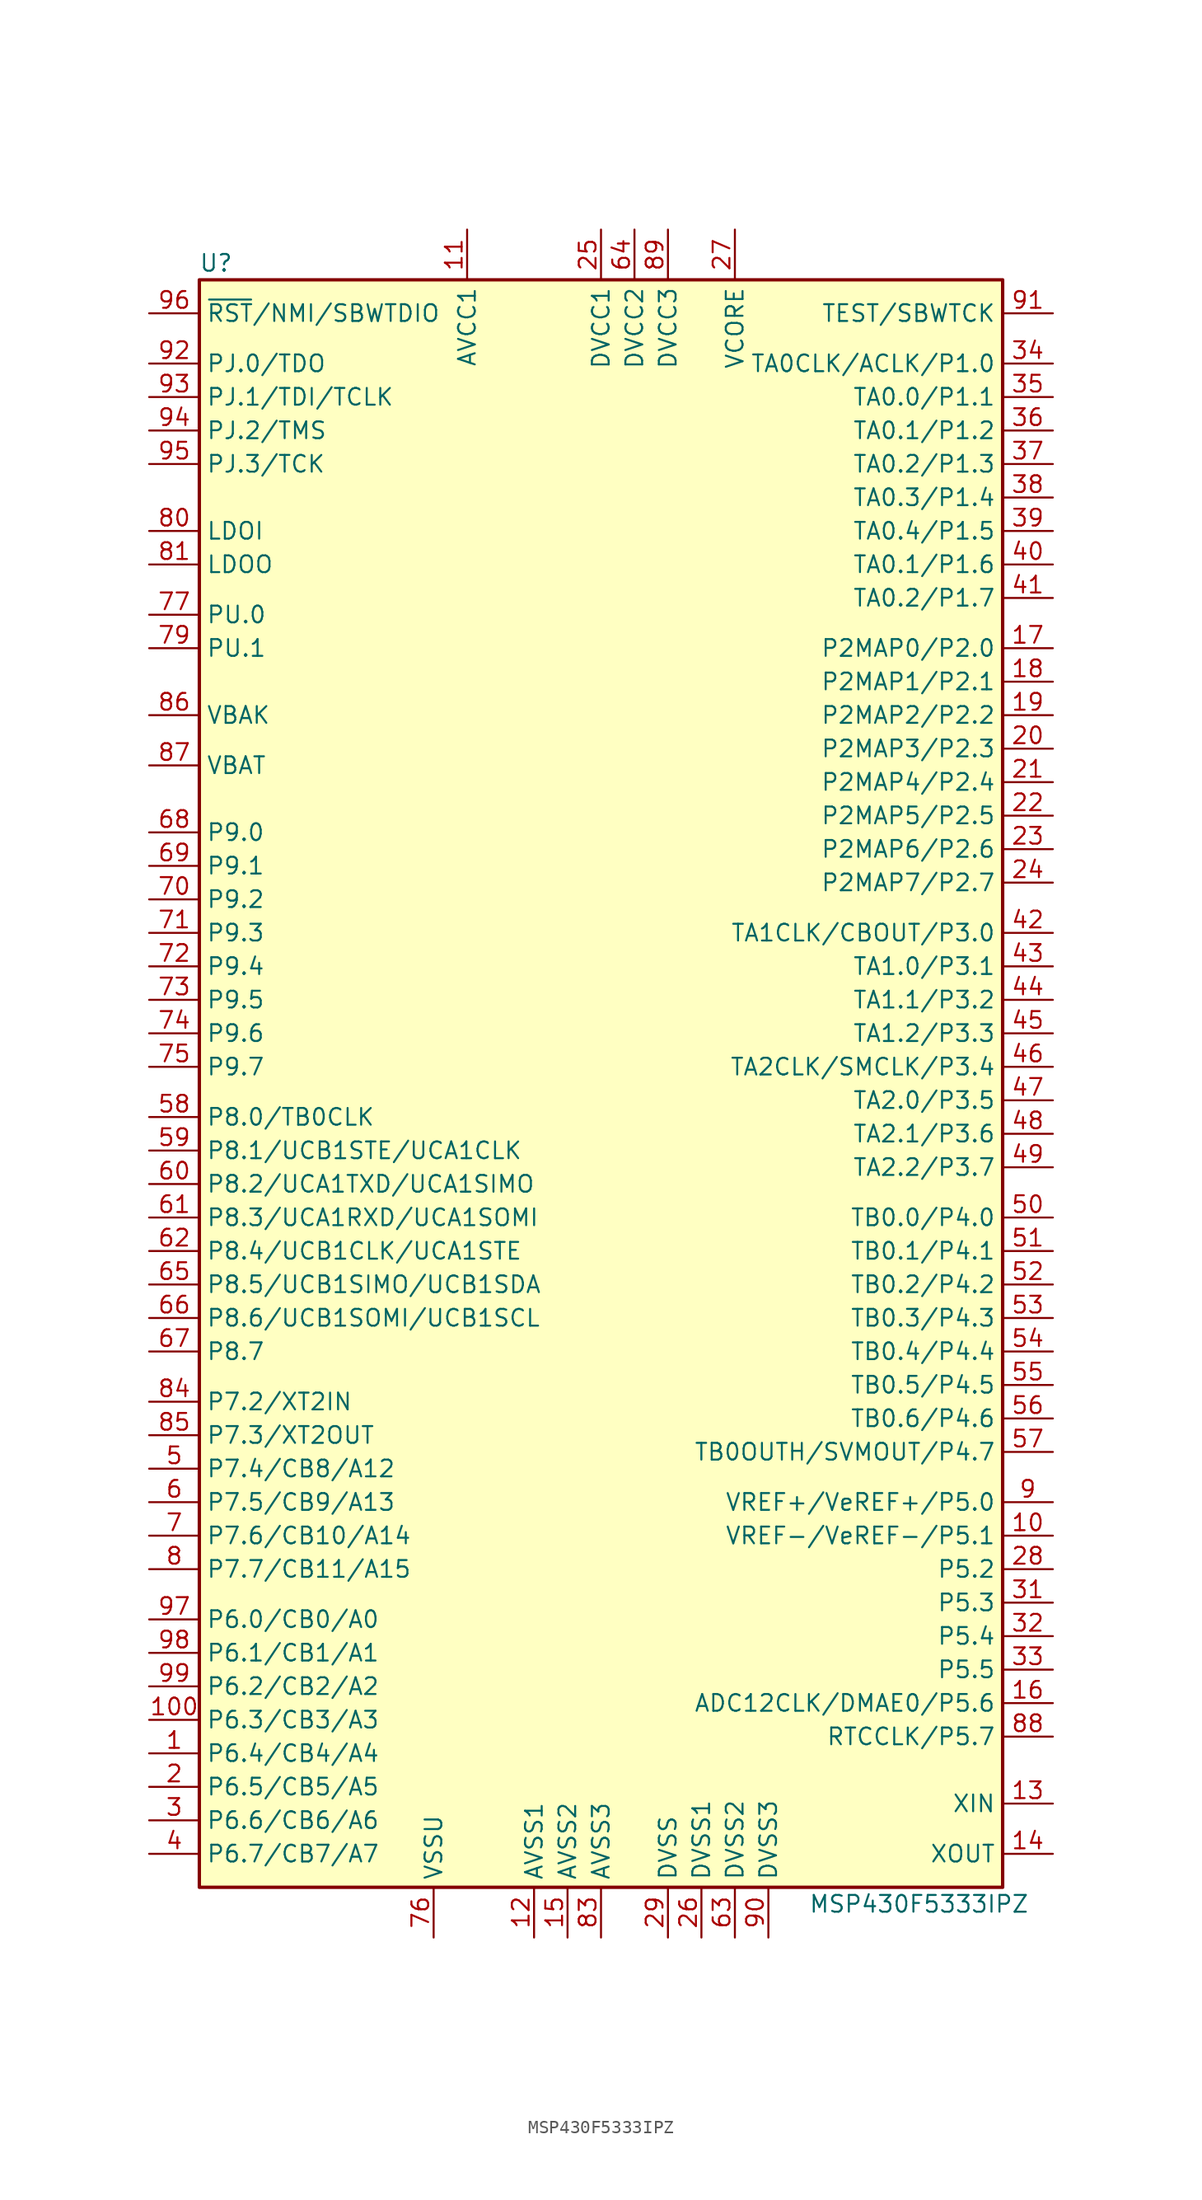
<source format=kicad_sym>
(kicad_symbol_lib
  (version 20201005)
  (generator kicad_symbol_editor)
  (symbol "MCU_Texas_MSP430:MSP430F5333IPZ"
    (property "Reference" "U"
      (at -29.21 60.96 0)
      (effects (font (size 1.27 1.27))))
    (property "Value" "MSP430F5333IPZ"
      (at 24.13 -63.5 0)
      (effects (font (size 1.27 1.27))))
    (symbol "MSP430F5333IPZ_0_1"
      (rectangle (start -30.48 59.69) (end 30.48 -62.23) (stroke (width 0.254)) (fill (type background))))
    (symbol "MSP430F5333IPZ_1_1"
      (pin bidirectional line (at -34.29 -52.07 0) (length 3.81) (name "P6.4/CB4/A4" (effects (font (size 1.27 1.27)))) (number "1" (effects (font (size 1.27 1.27)))))
      (pin bidirectional line (at 34.29 -35.56 180) (length 3.81) (name "VREF-/VeREF-/P5.1" (effects (font (size 1.27 1.27)))) (number "10" (effects (font (size 1.27 1.27)))))
      (pin bidirectional line (at -34.29 -49.53 0) (length 3.81) (name "P6.3/CB3/A3" (effects (font (size 1.27 1.27)))) (number "100" (effects (font (size 1.27 1.27)))))
      (pin power_in line (at -10.16 63.5 270) (length 3.81) (name "AVCC1" (effects (font (size 1.27 1.27)))) (number "11" (effects (font (size 1.27 1.27)))))
      (pin power_in line (at -5.08 -66.04 90) (length 3.81) (name "AVSS1" (effects (font (size 1.27 1.27)))) (number "12" (effects (font (size 1.27 1.27)))))
      (pin bidirectional line (at 34.29 -55.88 180) (length 3.81) (name "XIN" (effects (font (size 1.27 1.27)))) (number "13" (effects (font (size 1.27 1.27)))))
      (pin bidirectional line (at 34.29 -59.69 180) (length 3.81) (name "XOUT" (effects (font (size 1.27 1.27)))) (number "14" (effects (font (size 1.27 1.27)))))
      (pin power_in line (at -2.54 -66.04 90) (length 3.81) (name "AVSS2" (effects (font (size 1.27 1.27)))) (number "15" (effects (font (size 1.27 1.27)))))
      (pin bidirectional line (at 34.29 -48.26 180) (length 3.81) (name "ADC12CLK/DMAE0/P5.6" (effects (font (size 1.27 1.27)))) (number "16" (effects (font (size 1.27 1.27)))))
      (pin bidirectional line (at 34.29 31.75 180) (length 3.81) (name "P2MAP0/P2.0" (effects (font (size 1.27 1.27)))) (number "17" (effects (font (size 1.27 1.27)))))
      (pin bidirectional line (at 34.29 29.21 180) (length 3.81) (name "P2MAP1/P2.1" (effects (font (size 1.27 1.27)))) (number "18" (effects (font (size 1.27 1.27)))))
      (pin bidirectional line (at 34.29 26.67 180) (length 3.81) (name "P2MAP2/P2.2" (effects (font (size 1.27 1.27)))) (number "19" (effects (font (size 1.27 1.27)))))
      (pin bidirectional line (at -34.29 -54.61 0) (length 3.81) (name "P6.5/CB5/A5" (effects (font (size 1.27 1.27)))) (number "2" (effects (font (size 1.27 1.27)))))
      (pin bidirectional line (at 34.29 24.13 180) (length 3.81) (name "P2MAP3/P2.3" (effects (font (size 1.27 1.27)))) (number "20" (effects (font (size 1.27 1.27)))))
      (pin bidirectional line (at 34.29 21.59 180) (length 3.81) (name "P2MAP4/P2.4" (effects (font (size 1.27 1.27)))) (number "21" (effects (font (size 1.27 1.27)))))
      (pin bidirectional line (at 34.29 19.05 180) (length 3.81) (name "P2MAP5/P2.5" (effects (font (size 1.27 1.27)))) (number "22" (effects (font (size 1.27 1.27)))))
      (pin bidirectional line (at 34.29 16.51 180) (length 3.81) (name "P2MAP6/P2.6" (effects (font (size 1.27 1.27)))) (number "23" (effects (font (size 1.27 1.27)))))
      (pin bidirectional line (at 34.29 13.97 180) (length 3.81) (name "P2MAP7/P2.7" (effects (font (size 1.27 1.27)))) (number "24" (effects (font (size 1.27 1.27)))))
      (pin power_in line (at 0 63.5 270) (length 3.81) (name "DVCC1" (effects (font (size 1.27 1.27)))) (number "25" (effects (font (size 1.27 1.27)))))
      (pin power_in line (at 7.62 -66.04 90) (length 3.81) (name "DVSS1" (effects (font (size 1.27 1.27)))) (number "26" (effects (font (size 1.27 1.27)))))
      (pin bidirectional line (at 10.16 63.5 270) (length 3.81) (name "VCORE" (effects (font (size 1.27 1.27)))) (number "27" (effects (font (size 1.27 1.27)))))
      (pin bidirectional line (at 34.29 -38.1 180) (length 3.81) (name "P5.2" (effects (font (size 1.27 1.27)))) (number "28" (effects (font (size 1.27 1.27)))))
      (pin power_in line (at 5.08 -66.04 90) (length 3.81) (name "DVSS" (effects (font (size 1.27 1.27)))) (number "29" (effects (font (size 1.27 1.27)))))
      (pin bidirectional line (at -34.29 -57.15 0) (length 3.81) (name "P6.6/CB6/A6" (effects (font (size 1.27 1.27)))) (number "3" (effects (font (size 1.27 1.27)))))
      (pin bidirectional line (at 34.29 -40.64 180) (length 3.81) (name "P5.3" (effects (font (size 1.27 1.27)))) (number "31" (effects (font (size 1.27 1.27)))))
      (pin bidirectional line (at 34.29 -43.18 180) (length 3.81) (name "P5.4" (effects (font (size 1.27 1.27)))) (number "32" (effects (font (size 1.27 1.27)))))
      (pin bidirectional line (at 34.29 -45.72 180) (length 3.81) (name "P5.5" (effects (font (size 1.27 1.27)))) (number "33" (effects (font (size 1.27 1.27)))))
      (pin bidirectional line (at 34.29 53.34 180) (length 3.81) (name "TA0CLK/ACLK/P1.0" (effects (font (size 1.27 1.27)))) (number "34" (effects (font (size 1.27 1.27)))))
      (pin bidirectional line (at 34.29 50.8 180) (length 3.81) (name "TA0.0/P1.1" (effects (font (size 1.27 1.27)))) (number "35" (effects (font (size 1.27 1.27)))))
      (pin bidirectional line (at 34.29 48.26 180) (length 3.81) (name "TA0.1/P1.2" (effects (font (size 1.27 1.27)))) (number "36" (effects (font (size 1.27 1.27)))))
      (pin bidirectional line (at 34.29 45.72 180) (length 3.81) (name "TA0.2/P1.3" (effects (font (size 1.27 1.27)))) (number "37" (effects (font (size 1.27 1.27)))))
      (pin bidirectional line (at 34.29 43.18 180) (length 3.81) (name "TA0.3/P1.4" (effects (font (size 1.27 1.27)))) (number "38" (effects (font (size 1.27 1.27)))))
      (pin bidirectional line (at 34.29 40.64 180) (length 3.81) (name "TA0.4/P1.5" (effects (font (size 1.27 1.27)))) (number "39" (effects (font (size 1.27 1.27)))))
      (pin bidirectional line (at -34.29 -59.69 0) (length 3.81) (name "P6.7/CB7/A7" (effects (font (size 1.27 1.27)))) (number "4" (effects (font (size 1.27 1.27)))))
      (pin bidirectional line (at 34.29 38.1 180) (length 3.81) (name "TA0.1/P1.6" (effects (font (size 1.27 1.27)))) (number "40" (effects (font (size 1.27 1.27)))))
      (pin bidirectional line (at 34.29 35.56 180) (length 3.81) (name "TA0.2/P1.7" (effects (font (size 1.27 1.27)))) (number "41" (effects (font (size 1.27 1.27)))))
      (pin bidirectional line (at 34.29 10.16 180) (length 3.81) (name "TA1CLK/CBOUT/P3.0" (effects (font (size 1.27 1.27)))) (number "42" (effects (font (size 1.27 1.27)))))
      (pin bidirectional line (at 34.29 7.62 180) (length 3.81) (name "TA1.0/P3.1" (effects (font (size 1.27 1.27)))) (number "43" (effects (font (size 1.27 1.27)))))
      (pin bidirectional line (at 34.29 5.08 180) (length 3.81) (name "TA1.1/P3.2" (effects (font (size 1.27 1.27)))) (number "44" (effects (font (size 1.27 1.27)))))
      (pin bidirectional line (at 34.29 2.54 180) (length 3.81) (name "TA1.2/P3.3" (effects (font (size 1.27 1.27)))) (number "45" (effects (font (size 1.27 1.27)))))
      (pin bidirectional line (at 34.29 0 180) (length 3.81) (name "TA2CLK/SMCLK/P3.4" (effects (font (size 1.27 1.27)))) (number "46" (effects (font (size 1.27 1.27)))))
      (pin bidirectional line (at 34.29 -2.54 180) (length 3.81) (name "TA2.0/P3.5" (effects (font (size 1.27 1.27)))) (number "47" (effects (font (size 1.27 1.27)))))
      (pin bidirectional line (at 34.29 -5.08 180) (length 3.81) (name "TA2.1/P3.6" (effects (font (size 1.27 1.27)))) (number "48" (effects (font (size 1.27 1.27)))))
      (pin bidirectional line (at 34.29 -7.62 180) (length 3.81) (name "TA2.2/P3.7" (effects (font (size 1.27 1.27)))) (number "49" (effects (font (size 1.27 1.27)))))
      (pin bidirectional line (at -34.29 -30.48 0) (length 3.81) (name "P7.4/CB8/A12" (effects (font (size 1.27 1.27)))) (number "5" (effects (font (size 1.27 1.27)))))
      (pin bidirectional line (at 34.29 -11.43 180) (length 3.81) (name "TB0.0/P4.0" (effects (font (size 1.27 1.27)))) (number "50" (effects (font (size 1.27 1.27)))))
      (pin bidirectional line (at 34.29 -13.97 180) (length 3.81) (name "TB0.1/P4.1" (effects (font (size 1.27 1.27)))) (number "51" (effects (font (size 1.27 1.27)))))
      (pin bidirectional line (at 34.29 -16.51 180) (length 3.81) (name "TB0.2/P4.2" (effects (font (size 1.27 1.27)))) (number "52" (effects (font (size 1.27 1.27)))))
      (pin bidirectional line (at 34.29 -19.05 180) (length 3.81) (name "TB0.3/P4.3" (effects (font (size 1.27 1.27)))) (number "53" (effects (font (size 1.27 1.27)))))
      (pin bidirectional line (at 34.29 -21.59 180) (length 3.81) (name "TB0.4/P4.4" (effects (font (size 1.27 1.27)))) (number "54" (effects (font (size 1.27 1.27)))))
      (pin bidirectional line (at 34.29 -24.13 180) (length 3.81) (name "TB0.5/P4.5" (effects (font (size 1.27 1.27)))) (number "55" (effects (font (size 1.27 1.27)))))
      (pin bidirectional line (at 34.29 -26.67 180) (length 3.81) (name "TB0.6/P4.6" (effects (font (size 1.27 1.27)))) (number "56" (effects (font (size 1.27 1.27)))))
      (pin bidirectional line (at 34.29 -29.21 180) (length 3.81) (name "TB0OUTH/SVMOUT/P4.7" (effects (font (size 1.27 1.27)))) (number "57" (effects (font (size 1.27 1.27)))))
      (pin bidirectional line (at -34.29 -3.81 0) (length 3.81) (name "P8.0/TB0CLK" (effects (font (size 1.27 1.27)))) (number "58" (effects (font (size 1.27 1.27)))))
      (pin bidirectional line (at -34.29 -6.35 0) (length 3.81) (name "P8.1/UCB1STE/UCA1CLK" (effects (font (size 1.27 1.27)))) (number "59" (effects (font (size 1.27 1.27)))))
      (pin bidirectional line (at -34.29 -33.02 0) (length 3.81) (name "P7.5/CB9/A13" (effects (font (size 1.27 1.27)))) (number "6" (effects (font (size 1.27 1.27)))))
      (pin bidirectional line (at -34.29 -8.89 0) (length 3.81) (name "P8.2/UCA1TXD/UCA1SIMO" (effects (font (size 1.27 1.27)))) (number "60" (effects (font (size 1.27 1.27)))))
      (pin bidirectional line (at -34.29 -11.43 0) (length 3.81) (name "P8.3/UCA1RXD/UCA1SOMI" (effects (font (size 1.27 1.27)))) (number "61" (effects (font (size 1.27 1.27)))))
      (pin bidirectional line (at -34.29 -13.97 0) (length 3.81) (name "P8.4/UCB1CLK/UCA1STE" (effects (font (size 1.27 1.27)))) (number "62" (effects (font (size 1.27 1.27)))))
      (pin power_in line (at 10.16 -66.04 90) (length 3.81) (name "DVSS2" (effects (font (size 1.27 1.27)))) (number "63" (effects (font (size 1.27 1.27)))))
      (pin power_in line (at 2.54 63.5 270) (length 3.81) (name "DVCC2" (effects (font (size 1.27 1.27)))) (number "64" (effects (font (size 1.27 1.27)))))
      (pin bidirectional line (at -34.29 -16.51 0) (length 3.81) (name "P8.5/UCB1SIMO/UCB1SDA" (effects (font (size 1.27 1.27)))) (number "65" (effects (font (size 1.27 1.27)))))
      (pin bidirectional line (at -34.29 -19.05 0) (length 3.81) (name "P8.6/UCB1SOMI/UCB1SCL" (effects (font (size 1.27 1.27)))) (number "66" (effects (font (size 1.27 1.27)))))
      (pin bidirectional line (at -34.29 -21.59 0) (length 3.81) (name "P8.7" (effects (font (size 1.27 1.27)))) (number "67" (effects (font (size 1.27 1.27)))))
      (pin bidirectional line (at -34.29 17.78 0) (length 3.81) (name "P9.0" (effects (font (size 1.27 1.27)))) (number "68" (effects (font (size 1.27 1.27)))))
      (pin bidirectional line (at -34.29 15.24 0) (length 3.81) (name "P9.1" (effects (font (size 1.27 1.27)))) (number "69" (effects (font (size 1.27 1.27)))))
      (pin bidirectional line (at -34.29 -35.56 0) (length 3.81) (name "P7.6/CB10/A14" (effects (font (size 1.27 1.27)))) (number "7" (effects (font (size 1.27 1.27)))))
      (pin bidirectional line (at -34.29 12.7 0) (length 3.81) (name "P9.2" (effects (font (size 1.27 1.27)))) (number "70" (effects (font (size 1.27 1.27)))))
      (pin bidirectional line (at -34.29 10.16 0) (length 3.81) (name "P9.3" (effects (font (size 1.27 1.27)))) (number "71" (effects (font (size 1.27 1.27)))))
      (pin bidirectional line (at -34.29 7.62 0) (length 3.81) (name "P9.4" (effects (font (size 1.27 1.27)))) (number "72" (effects (font (size 1.27 1.27)))))
      (pin bidirectional line (at -34.29 5.08 0) (length 3.81) (name "P9.5" (effects (font (size 1.27 1.27)))) (number "73" (effects (font (size 1.27 1.27)))))
      (pin bidirectional line (at -34.29 2.54 0) (length 3.81) (name "P9.6" (effects (font (size 1.27 1.27)))) (number "74" (effects (font (size 1.27 1.27)))))
      (pin bidirectional line (at -34.29 0 0) (length 3.81) (name "P9.7" (effects (font (size 1.27 1.27)))) (number "75" (effects (font (size 1.27 1.27)))))
      (pin power_in line (at -12.7 -66.04 90) (length 3.81) (name "VSSU" (effects (font (size 1.27 1.27)))) (number "76" (effects (font (size 1.27 1.27)))))
      (pin bidirectional line (at -34.29 34.29 0) (length 3.81) (name "PU.0" (effects (font (size 1.27 1.27)))) (number "77" (effects (font (size 1.27 1.27)))))
      (pin bidirectional line (at -34.29 31.75 0) (length 3.81) (name "PU.1" (effects (font (size 1.27 1.27)))) (number "79" (effects (font (size 1.27 1.27)))))
      (pin bidirectional line (at -34.29 -38.1 0) (length 3.81) (name "P7.7/CB11/A15" (effects (font (size 1.27 1.27)))) (number "8" (effects (font (size 1.27 1.27)))))
      (pin bidirectional line (at -34.29 40.64 0) (length 3.81) (name "LDOI" (effects (font (size 1.27 1.27)))) (number "80" (effects (font (size 1.27 1.27)))))
      (pin bidirectional line (at -34.29 38.1 0) (length 3.81) (name "LDOO" (effects (font (size 1.27 1.27)))) (number "81" (effects (font (size 1.27 1.27)))))
      (pin power_in line (at 0 -66.04 90) (length 3.81) (name "AVSS3" (effects (font (size 1.27 1.27)))) (number "83" (effects (font (size 1.27 1.27)))))
      (pin bidirectional line (at -34.29 -25.4 0) (length 3.81) (name "P7.2/XT2IN" (effects (font (size 1.27 1.27)))) (number "84" (effects (font (size 1.27 1.27)))))
      (pin bidirectional line (at -34.29 -27.94 0) (length 3.81) (name "P7.3/XT2OUT" (effects (font (size 1.27 1.27)))) (number "85" (effects (font (size 1.27 1.27)))))
      (pin bidirectional line (at -34.29 26.67 0) (length 3.81) (name "VBAK" (effects (font (size 1.27 1.27)))) (number "86" (effects (font (size 1.27 1.27)))))
      (pin bidirectional line (at -34.29 22.86 0) (length 3.81) (name "VBAT" (effects (font (size 1.27 1.27)))) (number "87" (effects (font (size 1.27 1.27)))))
      (pin bidirectional line (at 34.29 -50.8 180) (length 3.81) (name "RTCCLK/P5.7" (effects (font (size 1.27 1.27)))) (number "88" (effects (font (size 1.27 1.27)))))
      (pin power_in line (at 5.08 63.5 270) (length 3.81) (name "DVCC3" (effects (font (size 1.27 1.27)))) (number "89" (effects (font (size 1.27 1.27)))))
      (pin bidirectional line (at 34.29 -33.02 180) (length 3.81) (name "VREF+/VeREF+/P5.0" (effects (font (size 1.27 1.27)))) (number "9" (effects (font (size 1.27 1.27)))))
      (pin power_in line (at 12.7 -66.04 90) (length 3.81) (name "DVSS3" (effects (font (size 1.27 1.27)))) (number "90" (effects (font (size 1.27 1.27)))))
      (pin input line (at 34.29 57.15 180) (length 3.81) (name "TEST/SBWTCK" (effects (font (size 1.27 1.27)))) (number "91" (effects (font (size 1.27 1.27)))))
      (pin bidirectional line (at -34.29 53.34 0) (length 3.81) (name "PJ.0/TDO" (effects (font (size 1.27 1.27)))) (number "92" (effects (font (size 1.27 1.27)))))
      (pin bidirectional line (at -34.29 50.8 0) (length 3.81) (name "PJ.1/TDI/TCLK" (effects (font (size 1.27 1.27)))) (number "93" (effects (font (size 1.27 1.27)))))
      (pin bidirectional line (at -34.29 48.26 0) (length 3.81) (name "PJ.2/TMS" (effects (font (size 1.27 1.27)))) (number "94" (effects (font (size 1.27 1.27)))))
      (pin bidirectional line (at -34.29 45.72 0) (length 3.81) (name "PJ.3/TCK" (effects (font (size 1.27 1.27)))) (number "95" (effects (font (size 1.27 1.27)))))
      (pin input line (at -34.29 57.15 0) (length 3.81) (name "~RST~/NMI/SBWTDIO" (effects (font (size 1.27 1.27)))) (number "96" (effects (font (size 1.27 1.27)))))
      (pin bidirectional line (at -34.29 -41.91 0) (length 3.81) (name "P6.0/CB0/A0" (effects (font (size 1.27 1.27)))) (number "97" (effects (font (size 1.27 1.27)))))
      (pin bidirectional line (at -34.29 -44.45 0) (length 3.81) (name "P6.1/CB1/A1" (effects (font (size 1.27 1.27)))) (number "98" (effects (font (size 1.27 1.27)))))
      (pin bidirectional line (at -34.29 -46.99 0) (length 3.81) (name "P6.2/CB2/A2" (effects (font (size 1.27 1.27)))) (number "99" (effects (font (size 1.27 1.27))))))))
</source>
